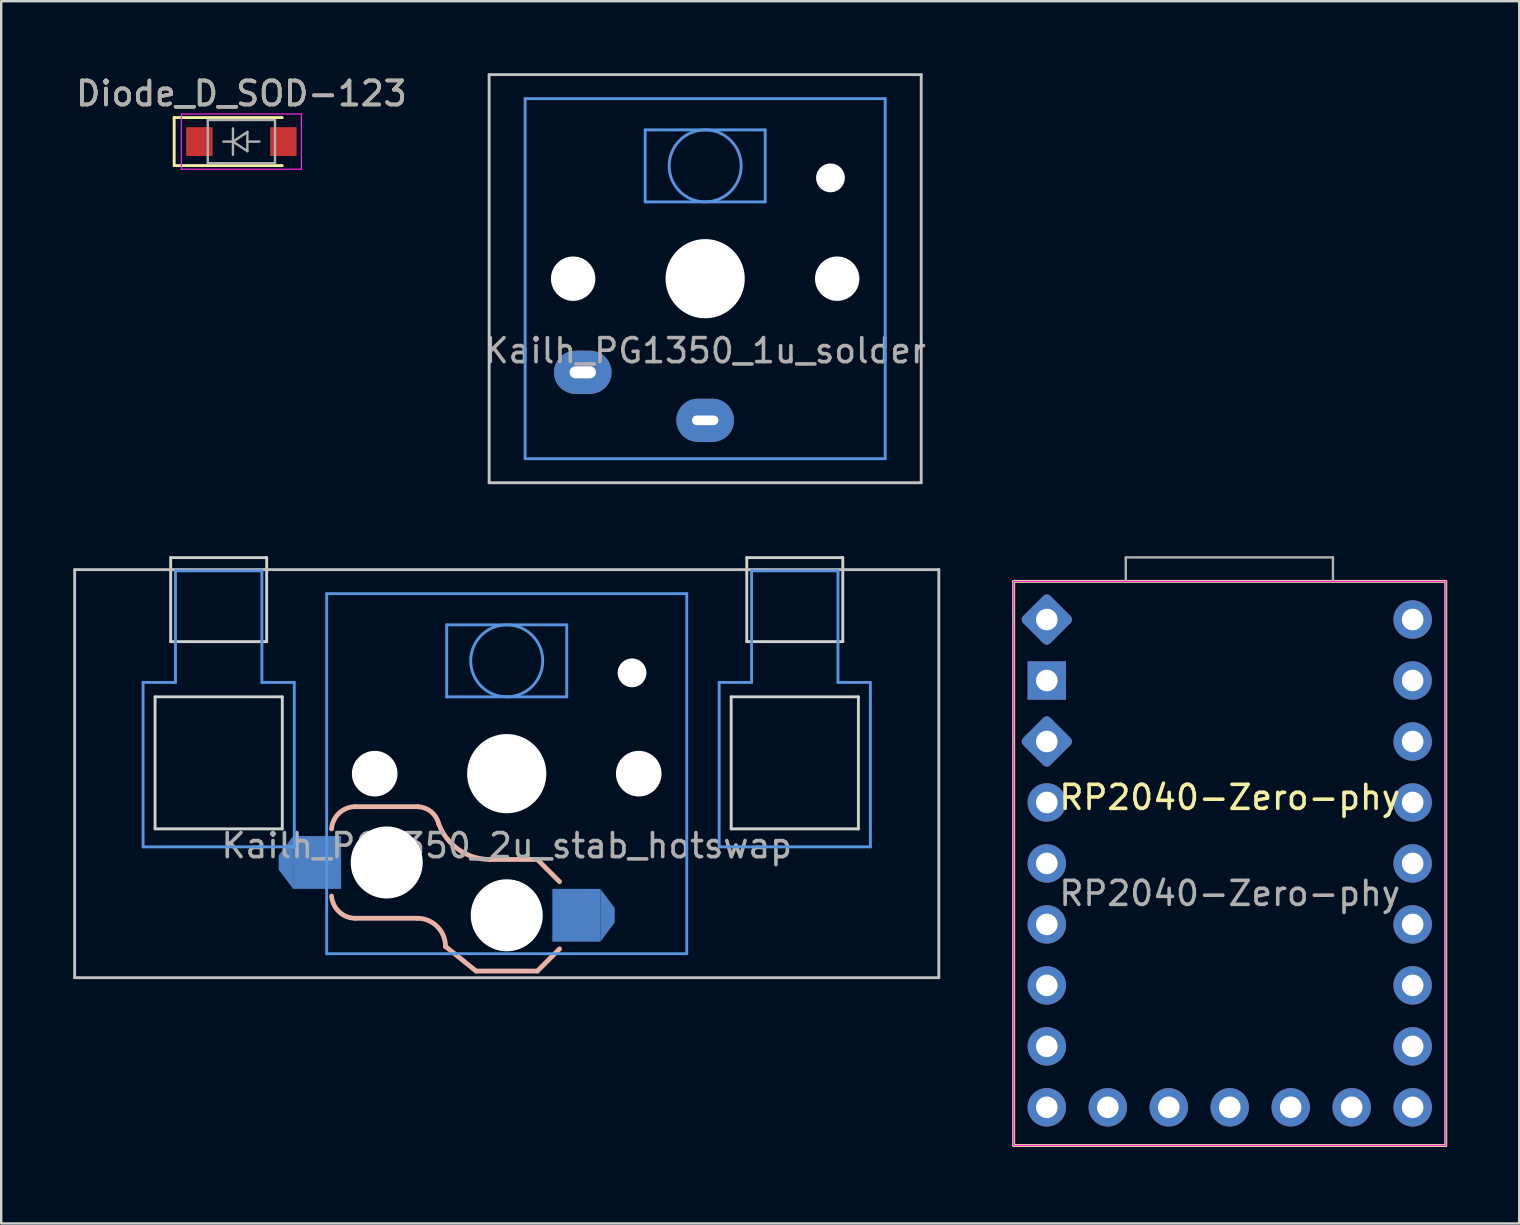
<source format=kicad_pcb>
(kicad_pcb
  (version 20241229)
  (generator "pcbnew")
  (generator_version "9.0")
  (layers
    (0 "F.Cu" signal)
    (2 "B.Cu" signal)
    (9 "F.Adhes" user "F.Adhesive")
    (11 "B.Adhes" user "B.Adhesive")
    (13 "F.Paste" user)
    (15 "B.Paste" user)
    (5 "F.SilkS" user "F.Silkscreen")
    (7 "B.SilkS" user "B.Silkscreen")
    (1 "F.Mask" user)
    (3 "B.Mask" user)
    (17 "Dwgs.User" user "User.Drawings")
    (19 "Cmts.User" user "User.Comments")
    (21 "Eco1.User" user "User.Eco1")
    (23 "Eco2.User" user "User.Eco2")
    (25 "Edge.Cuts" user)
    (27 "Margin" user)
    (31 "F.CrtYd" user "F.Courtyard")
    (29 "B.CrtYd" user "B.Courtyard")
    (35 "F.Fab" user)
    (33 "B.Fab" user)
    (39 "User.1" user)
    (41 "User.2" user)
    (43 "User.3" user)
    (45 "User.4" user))
  (footprint "Kailh_PG1350_1u_solder"
    (layer "F.Cu")
    (at 26.327 8.56)
    (property "Reference" "Kailh_PG1350_1u_solder" (at 0 3 0) (layer "F.Fab") (effects (font (size 1 1) (thickness 0.15))))
    (attr through_hole)
    (fp_line (start -9 -8.5) (end -9 8.5) (stroke (width 0.12) (type solid)) (layer "Dwgs.User"))
    (fp_line (start -9 -8.5) (end 9 -8.5) (stroke (width 0.12) (type solid)) (layer "Dwgs.User"))
    (fp_line (start -9 8.5) (end 9 8.5) (stroke (width 0.12) (type solid)) (layer "Dwgs.User"))
    (fp_line (start 9 -8.5) (end 9 8.5) (stroke (width 0.12) (type solid)) (layer "Dwgs.User"))
    (fp_line (start -7.5 -7.5) (end -7.5 7.5) (stroke (width 0.12) (type solid)) (layer "Cmts.User"))
    (fp_line (start -7.5 -7.5) (end 7.5 -7.5) (stroke (width 0.12) (type solid)) (layer "Cmts.User"))
    (fp_line (start -2.5 -6.2) (end 2.5 -6.2) (stroke (width 0.12) (type solid)) (layer "Cmts.User"))
    (fp_line (start -2.5 -3.2) (end -2.5 -6.2) (stroke (width 0.12) (type solid)) (layer "Cmts.User"))
    (fp_line (start -2.5 -3.2) (end 2.5 -3.2) (stroke (width 0.12) (type solid)) (layer "Cmts.User"))
    (fp_line (start 2.5 -3.2) (end 2.5 -6.2) (stroke (width 0.12) (type solid)) (layer "Cmts.User"))
    (fp_line (start 7.5 7.5) (end -7.5 7.5) (stroke (width 0.12) (type solid)) (layer "Cmts.User"))
    (fp_line (start 7.5 7.5) (end 7.5 -7.5) (stroke (width 0.12) (type solid)) (layer "Cmts.User"))
    (fp_circle (center 0 -4.7) (end 0 -6.2) (stroke (width 0.12) (type solid)) (fill no) (layer "Cmts.User"))
    (pad "" np_thru_hole circle (at -5.5 0) (size 1.85 1.85) (drill 1.85) (layers "*.Cu" "*.Mask"))
    (pad "" np_thru_hole circle (at 0 0) (size 3.3 3.3) (drill 3.3) (layers "*.Cu" "*.Mask"))
    (pad "" np_thru_hole circle (at 5.22 -4.2) (size 1.2 1.2) (drill 1.2) (layers "*.Cu" "*.Mask"))
    (pad "" np_thru_hole circle (at 5.5 0) (size 1.85 1.85) (drill 1.85) (layers "*.Cu" "*.Mask"))
    (pad "1" thru_hole oval (at -5.1 3.9) (size 2.4 1.8) (drill oval 1.1 0.5) (layers "*.Cu" "B.Mask"))
    (pad "2" thru_hole oval (at 0 5.9) (size 2.4 1.8) (drill oval 1.1 0.4) (layers "*.Cu" "B.Mask")))
  (footprint "RP2040-Zero-phy"
    (layer "F.Cu")
    (at 48.18 44.67)
    (property "Reference" "RP2040-Zero-phy" (at 0 -14.5 0) (unlocked yes) (layer "F.SilkS") (effects (font (size 1 1) (thickness 0.15))))
    (attr through_hole)
    (fp_line (start -9 -23.5) (end -9 0) (stroke (width 0.12) (type solid)) (layer "F.SilkS"))
    (fp_line (start -9 0) (end 9 0) (stroke (width 0.12) (type solid)) (layer "F.SilkS"))
    (fp_line (start 9 -23.5) (end -9 -23.5) (stroke (width 0.12) (type solid)) (layer "F.SilkS"))
    (fp_line (start 9 0) (end 9 -23.5) (stroke (width 0.12) (type solid)) (layer "F.SilkS"))
    (fp_line (start -9 -23.5) (end 9 -23.5) (stroke (width 0.05) (type solid)) (layer "F.CrtYd"))
    (fp_line (start -9 0) (end -9 -23.5) (stroke (width 0.05) (type solid)) (layer "F.CrtYd"))
    (fp_line (start 9 -23.5) (end 9 0) (stroke (width 0.05) (type solid)) (layer "F.CrtYd"))
    (fp_line (start 9 0) (end -9 0) (stroke (width 0.05) (type solid)) (layer "F.CrtYd"))
    (fp_line (start -4.33 -24.5) (end -4.33 -23.5) (stroke (width 0.1) (type solid)) (layer "F.Fab"))
    (fp_line (start -4.33 -24.5) (end 4.3 -24.5) (stroke (width 0.1) (type solid)) (layer "F.Fab"))
    (fp_line (start 4.3 -24.5) (end 4.3 -23.5) (stroke (width 0.1) (type solid)) (layer "F.Fab"))
    (fp_text user "${REFERENCE}" (at 0 -10.5 0) (unlocked yes) (layer "F.Fab") (effects (font (size 1 1) (thickness 0.15))))
    (pad "0" thru_hole circle (at 7.62 -21.91) (size 1.6 1.6) (drill 0.9) (layers "*.Cu" "*.Mask"))
    (pad "1" thru_hole circle (at 7.62 -19.37) (size 1.6 1.6) (drill 0.9) (layers "*.Cu" "*.Mask"))
    (pad "2" thru_hole circle (at 7.62 -16.83) (size 1.6 1.6) (drill 0.9) (layers "*.Cu" "*.Mask"))
    (pad "3" thru_hole circle (at 7.62 -14.29) (size 1.6 1.6) (drill 0.9) (layers "*.Cu" "*.Mask"))
    (pad "4" thru_hole circle (at 7.62 -11.75) (size 1.6 1.6) (drill 0.9) (layers "*.Cu" "*.Mask"))
    (pad "5" thru_hole circle (at 7.62 -9.21) (size 1.6 1.6) (drill 0.9) (layers "*.Cu" "*.Mask"))
    (pad "6" thru_hole circle (at 7.62 -6.67) (size 1.6 1.6) (drill 0.9) (layers "*.Cu" "*.Mask"))
    (pad "7" thru_hole circle (at 7.62 -4.13) (size 1.6 1.6) (drill 0.9) (layers "*.Cu" "*.Mask"))
    (pad "8" thru_hole circle (at 7.62 -1.59) (size 1.6 1.6) (drill 0.9) (layers "*.Cu" "*.Mask"))
    (pad "9" thru_hole circle (at 5.08 -1.59) (size 1.6 1.6) (drill 0.9) (layers "*.Cu" "*.Mask"))
    (pad "10" thru_hole circle (at 2.54 -1.59) (size 1.6 1.6) (drill 0.9) (layers "*.Cu" "*.Mask"))
    (pad "11" thru_hole circle (at 0 -1.59) (size 1.6 1.6) (drill 0.9) (layers "*.Cu" "*.Mask"))
    (pad "12" thru_hole circle (at -2.54 -1.59) (size 1.6 1.6) (drill 0.9) (layers "*.Cu" "*.Mask"))
    (pad "13" thru_hole circle (at -5.08 -1.59) (size 1.6 1.6) (drill 0.9) (layers "*.Cu" "*.Mask"))
    (pad "14" thru_hole circle (at -7.62 -1.59) (size 1.6 1.6) (drill 0.9) (layers "*.Cu" "*.Mask"))
    (pad "15" thru_hole circle (at -7.62 -4.13) (size 1.6 1.6) (drill 0.9) (layers "*.Cu" "*.Mask"))
    (pad "26" thru_hole circle (at -7.62 -6.67) (size 1.6 1.6) (drill 0.9) (layers "*.Cu" "*.Mask"))
    (pad "27" thru_hole circle (at -7.62 -9.21) (size 1.6 1.6) (drill 0.9) (layers "*.Cu" "*.Mask"))
    (pad "28" thru_hole circle (at -7.62 -11.75) (size 1.6 1.6) (drill 0.9) (layers "*.Cu" "*.Mask"))
    (pad "29" thru_hole circle (at -7.62 -14.29) (size 1.6 1.6) (drill 0.9) (layers "*.Cu" "*.Mask"))
    (pad "G1" thru_hole rect (at -7.62 -19.37) (size 1.6 1.6) (drill 0.9) (layers "*.Cu" "*.Mask"))
    (pad "v3" thru_hole roundrect (at -7.62 -16.83 45) (size 1.6 1.6) (drill 0.9) (layers "*.Cu" "*.Mask") (roundrect_rratio 0.125))
    (pad "v5" thru_hole roundrect (at -7.62 -21.91 45) (size 1.6 1.6) (drill 0.9) (layers "*.Cu" "*.Mask") (roundrect_rratio 0.125)))
  (footprint "Diode_D_SOD-123"
    (layer "F.Cu")
    (at 7.006 2.848)
    (property "Reference" "Diode_D_SOD-123" (at 0 -2 0) (layer "F.SilkS") (effects (font (size 1 1) (thickness 0.15))))
    (attr smd)
    (fp_line (start -2.8 -1) (end -2.8 1) (stroke (width 0.12) (type solid)) (layer "F.SilkS"))
    (fp_line (start -2.8 -1) (end 1.7 -1) (stroke (width 0.12) (type solid)) (layer "F.SilkS"))
    (fp_line (start -2.8 1) (end 1.7 1) (stroke (width 0.12) (type solid)) (layer "F.SilkS"))
    (fp_line (start -2.5 -1.15) (end -2.5 1.15) (stroke (width 0.05) (type solid)) (layer "F.CrtYd"))
    (fp_line (start -2.5 -1.15) (end 2.5 -1.15) (stroke (width 0.05) (type solid)) (layer "F.CrtYd"))
    (fp_line (start 2.5 -1.15) (end 2.5 1.15) (stroke (width 0.05) (type solid)) (layer "F.CrtYd"))
    (fp_line (start 2.5 1.15) (end -2.5 1.15) (stroke (width 0.05) (type solid)) (layer "F.CrtYd"))
    (fp_line (start -1.4 -0.9) (end 1.4 -0.9) (stroke (width 0.1) (type solid)) (layer "F.Fab"))
    (fp_line (start -1.4 0.9) (end -1.4 -0.9) (stroke (width 0.1) (type solid)) (layer "F.Fab"))
    (fp_line (start -0.75 0) (end -0.35 0) (stroke (width 0.1) (type solid)) (layer "F.Fab"))
    (fp_line (start -0.35 0) (end -0.35 -0.55) (stroke (width 0.1) (type solid)) (layer "F.Fab"))
    (fp_line (start -0.35 0) (end -0.35 0.55) (stroke (width 0.1) (type solid)) (layer "F.Fab"))
    (fp_line (start -0.35 0) (end 0.25 -0.4) (stroke (width 0.1) (type solid)) (layer "F.Fab"))
    (fp_line (start 0.25 -0.4) (end 0.25 0.4) (stroke (width 0.1) (type solid)) (layer "F.Fab"))
    (fp_line (start 0.25 0) (end 0.75 0) (stroke (width 0.1) (type solid)) (layer "F.Fab"))
    (fp_line (start 0.25 0.4) (end -0.35 0) (stroke (width 0.1) (type solid)) (layer "F.Fab"))
    (fp_line (start 1.4 -0.9) (end 1.4 0.9) (stroke (width 0.1) (type solid)) (layer "F.Fab"))
    (fp_line (start 1.4 0.9) (end -1.4 0.9) (stroke (width 0.1) (type solid)) (layer "F.Fab"))
    (fp_text user "${REFERENCE}" (at 0 -2 0) (layer "F.Fab") (effects (font (size 1 1) (thickness 0.15))))
    (pad "1" smd rect (at -1.75 0) (size 1.1 1.2) (layers "F.Cu" "F.Mask" "F.Paste"))
    (pad "2" smd rect (at 1.75 0) (size 1.1 1.2) (layers "F.Cu" "F.Mask" "F.Paste")))
  (footprint "Kailh_PG1350_2u_stab_hotswap"
    (layer "F.Cu")
    (at 18.06 29.18)
    (property "Reference" "Kailh_PG1350_2u_stab_hotswap" (at 0 3 0) (layer "F.Fab") (effects (font (size 1 1) (thickness 0.15))))
    (attr through_hole)
    (fp_line (start -6.3 1.375) (end -3.7 1.375) (stroke (width 0.2) (type solid)) (layer "B.SilkS"))
    (fp_line (start -6.3 6.025) (end -3.725 6.025) (stroke (width 0.2) (type solid)) (layer "B.SilkS"))
    (fp_line (start -1.275 8.225) (end -2.55 7.2) (stroke (width 0.2) (type solid)) (layer "B.SilkS"))
    (fp_line (start -1.275 8.225) (end 1.275 8.225) (stroke (width 0.2) (type solid)) (layer "B.SilkS"))
    (fp_line (start -0.7 3.575) (end 1.275 3.575) (stroke (width 0.2) (type solid)) (layer "B.SilkS"))
    (fp_line (start 2.2 4.5) (end 1.275 3.575) (stroke (width 0.2) (type solid)) (layer "B.SilkS"))
    (fp_line (start 2.2 7.3) (end 1.275 8.225) (stroke (width 0.2) (type solid)) (layer "B.SilkS"))
    (fp_arc (start -7.297199 2.30021) (mid -6.980151 1.641928) (end -6.3 1.375) (stroke (width 0.2) (type solid)) (layer "B.SilkS"))
    (fp_arc (start -6.3 6.025) (mid -6.980151 5.758072) (end -7.297199 5.09979) (stroke (width 0.2) (type solid)) (layer "B.SilkS"))
    (fp_arc (start -3.725 6.025) (mid -2.89415 6.36915) (end -2.55 7.2) (stroke (width 0.2) (type solid)) (layer "B.SilkS"))
    (fp_arc (start -3.699539 1.376187) (mid -3.151923 1.583811) (end -2.837801 2.078096) (stroke (width 0.2) (type solid)) (layer "B.SilkS"))
    (fp_arc (start -0.7 3.575) (mid -2.004886 3.163571) (end -2.837801 2.078096) (stroke (width 0.2) (type solid)) (layer "B.SilkS"))
    (fp_line (start -18 -8.5) (end -18 8.5) (stroke (width 0.12) (type solid)) (layer "Dwgs.User"))
    (fp_line (start -18 -8.5) (end 18 -8.5) (stroke (width 0.12) (type solid)) (layer "Dwgs.User"))
    (fp_line (start -18 8.5) (end 18 8.5) (stroke (width 0.12) (type solid)) (layer "Dwgs.User"))
    (fp_line (start 18 -8.5) (end 18 8.5) (stroke (width 0.12) (type solid)) (layer "Dwgs.User"))
    (fp_line (start -15.15 -3.8) (end -13.8 -3.8) (stroke (width 0.12) (type solid)) (layer "Cmts.User"))
    (fp_line (start -15.15 3.05) (end -15.15 -3.8) (stroke (width 0.12) (type solid)) (layer "Cmts.User"))
    (fp_line (start -15.15 3.05) (end -8.85 3.05) (stroke (width 0.12) (type solid)) (layer "Cmts.User"))
    (fp_line (start -13.8 -8.45) (end -13.8 -3.8) (stroke (width 0.12) (type solid)) (layer "Cmts.User"))
    (fp_line (start -13.8 -8.45) (end -10.2 -8.45) (stroke (width 0.12) (type solid)) (layer "Cmts.User"))
    (fp_line (start -10.2 -8.45) (end -10.2 -3.8) (stroke (width 0.12) (type solid)) (layer "Cmts.User"))
    (fp_line (start -10.2 -3.8) (end -8.85 -3.8) (stroke (width 0.12) (type solid)) (layer "Cmts.User"))
    (fp_line (start -8.85 3.05) (end -8.85 -3.8) (stroke (width 0.12) (type solid)) (layer "Cmts.User"))
    (fp_line (start -7.5 -7.5) (end -7.5 7.5) (stroke (width 0.12) (type solid)) (layer "Cmts.User"))
    (fp_line (start -7.5 -7.5) (end 7.5 -7.5) (stroke (width 0.12) (type solid)) (layer "Cmts.User"))
    (fp_line (start -2.5 -6.2) (end 2.5 -6.2) (stroke (width 0.12) (type solid)) (layer "Cmts.User"))
    (fp_line (start -2.5 -3.2) (end -2.5 -6.2) (stroke (width 0.12) (type solid)) (layer "Cmts.User"))
    (fp_line (start -2.5 -3.2) (end 2.5 -3.2) (stroke (width 0.12) (type solid)) (layer "Cmts.User"))
    (fp_line (start 2.5 -3.2) (end 2.5 -6.2) (stroke (width 0.12) (type solid)) (layer "Cmts.User"))
    (fp_line (start 7.5 7.5) (end -7.5 7.5) (stroke (width 0.12) (type solid)) (layer "Cmts.User"))
    (fp_line (start 7.5 7.5) (end 7.5 -7.5) (stroke (width 0.12) (type solid)) (layer "Cmts.User"))
    (fp_line (start 8.85 -3.8) (end 10.2 -3.8) (stroke (width 0.12) (type solid)) (layer "Cmts.User"))
    (fp_line (start 8.85 3.05) (end 8.85 -3.8) (stroke (width 0.12) (type solid)) (layer "Cmts.User"))
    (fp_line (start 8.85 3.05) (end 15.15 3.05) (stroke (width 0.12) (type solid)) (layer "Cmts.User"))
    (fp_line (start 10.2 -8.45) (end 10.2 -3.8) (stroke (width 0.12) (type solid)) (layer "Cmts.User"))
    (fp_line (start 10.2 -8.45) (end 13.8 -8.45) (stroke (width 0.12) (type solid)) (layer "Cmts.User"))
    (fp_line (start 13.8 -8.45) (end 13.8 -3.8) (stroke (width 0.12) (type solid)) (layer "Cmts.User"))
    (fp_line (start 13.8 -3.8) (end 15.15 -3.8) (stroke (width 0.12) (type solid)) (layer "Cmts.User"))
    (fp_line (start 15.15 3.05) (end 15.15 -3.8) (stroke (width 0.12) (type solid)) (layer "Cmts.User"))
    (fp_circle (center 0 -4.7) (end 0 -6.2) (stroke (width 0.12) (type solid)) (fill no) (layer "Cmts.User"))
    (fp_line (start -14.65 -3.2) (end -14.65 2.3) (stroke (width 0.12) (type solid)) (layer "Edge.Cuts"))
    (fp_line (start -14.65 -3.2) (end -9.35 -3.2) (stroke (width 0.12) (type solid)) (layer "Edge.Cuts"))
    (fp_line (start -14.65 2.3) (end -9.35 2.3) (stroke (width 0.12) (type solid)) (layer "Edge.Cuts"))
    (fp_line (start -14 -9) (end -14 -5.5) (stroke (width 0.12) (type solid)) (layer "Edge.Cuts"))
    (fp_line (start -14 -9) (end -10 -9) (stroke (width 0.12) (type solid)) (layer "Edge.Cuts"))
    (fp_line (start -14 -5.5) (end -10 -5.5) (stroke (width 0.12) (type solid)) (layer "Edge.Cuts"))
    (fp_line (start -10 -5.5) (end -10 -9) (stroke (width 0.12) (type solid)) (layer "Edge.Cuts"))
    (fp_line (start -9.35 2.3) (end -9.35 -3.2) (stroke (width 0.12) (type solid)) (layer "Edge.Cuts"))
    (fp_line (start 9.35 -3.2) (end 9.35 2.3) (stroke (width 0.12) (type solid)) (layer "Edge.Cuts"))
    (fp_line (start 9.35 -3.2) (end 14.65 -3.2) (stroke (width 0.12) (type solid)) (layer "Edge.Cuts"))
    (fp_line (start 9.35 2.3) (end 14.65 2.3) (stroke (width 0.12) (type solid)) (layer "Edge.Cuts"))
    (fp_line (start 10 -9) (end 10 -5.5) (stroke (width 0.12) (type solid)) (layer "Edge.Cuts"))
    (fp_line (start 10 -9) (end 14 -9) (stroke (width 0.12) (type solid)) (layer "Edge.Cuts"))
    (fp_line (start 10 -5.5) (end 14 -5.5) (stroke (width 0.12) (type solid)) (layer "Edge.Cuts"))
    (fp_line (start 14 -5.5) (end 14 -9) (stroke (width 0.12) (type solid)) (layer "Edge.Cuts"))
    (fp_line (start 14.65 2.3) (end 14.65 -3.2) (stroke (width 0.12) (type solid)) (layer "Edge.Cuts"))
    (pad "" np_thru_hole circle (at -5.5 0) (size 1.9 1.9) (drill 1.9) (layers "*.Cu" "*.Mask"))
    (pad "" np_thru_hole circle (at -5 3.7) (size 3 3) (drill 3) (layers "*.Cu" "*.Mask"))
    (pad "" np_thru_hole circle (at 0 0) (size 3.3 3.3) (drill 3.3) (layers "*.Cu" "*.Mask"))
    (pad "" np_thru_hole circle (at 0 5.9) (size 3 3) (drill 3) (layers "*.Cu" "*.Mask"))
    (pad "" np_thru_hole circle (at 5.22 -4.2) (size 1.2 1.2) (drill 1.2) (layers "*.Cu" "*.Mask"))
    (pad "" np_thru_hole circle (at 5.5 0) (size 1.9 1.9) (drill 1.9) (layers "*.Cu" "*.Mask"))
    (pad "1" smd trapezoid (at -9.2 3.7 180) (size 0.6 1.4) (rect_delta 0.8 0) (layers "B.Cu" "B.Mask" "B.Paste"))
    (pad "1" smd rect (at -7.9 3.7 180) (size 2 2.2) (layers "B.Cu" "B.Mask" "B.Paste"))
    (pad "2" smd rect (at 2.9 5.9 180) (size 2 2.2) (layers "B.Cu" "B.Mask" "B.Paste"))
    (pad "2" smd trapezoid (at 4.2 5.9) (size 0.6 1.4) (rect_delta 0.8 0) (layers "B.Cu" "B.Mask" "B.Paste")))
  (gr_rect
    (start -3 -3)
    (end 60.24 47.92)
    (stroke (width 0.1) (type default))
    (fill no)
    (layer "Edge.Cuts")))
</source>
